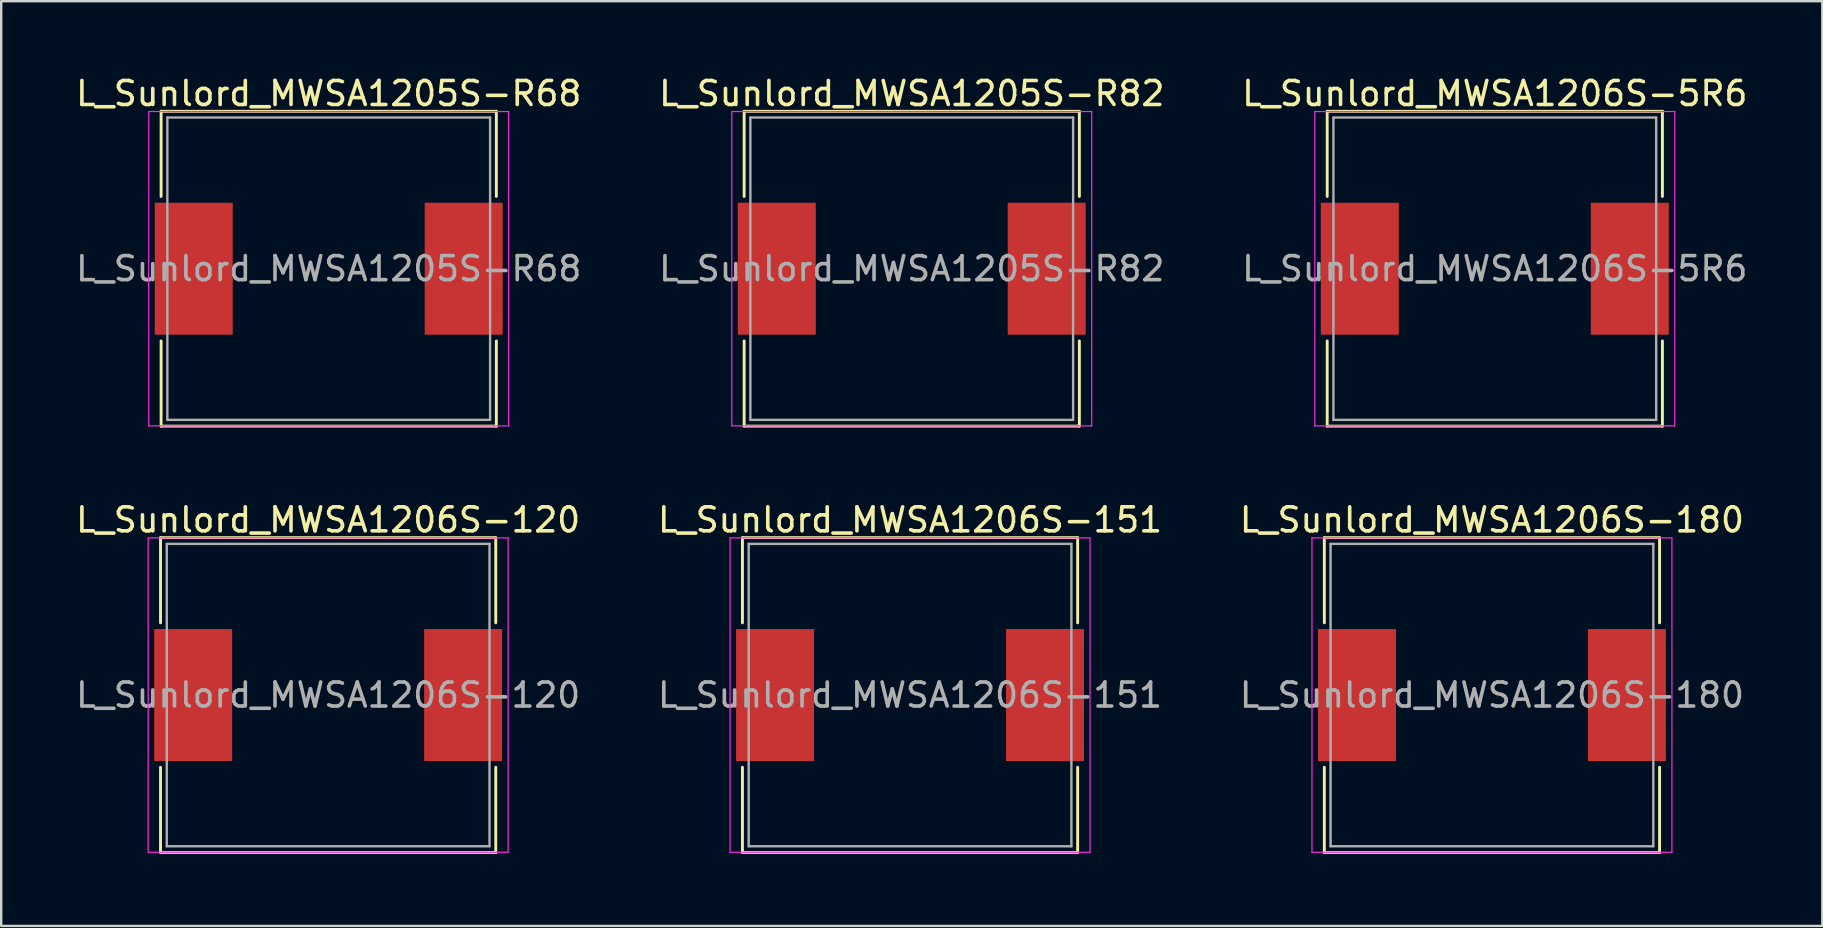
<source format=kicad_pcb>
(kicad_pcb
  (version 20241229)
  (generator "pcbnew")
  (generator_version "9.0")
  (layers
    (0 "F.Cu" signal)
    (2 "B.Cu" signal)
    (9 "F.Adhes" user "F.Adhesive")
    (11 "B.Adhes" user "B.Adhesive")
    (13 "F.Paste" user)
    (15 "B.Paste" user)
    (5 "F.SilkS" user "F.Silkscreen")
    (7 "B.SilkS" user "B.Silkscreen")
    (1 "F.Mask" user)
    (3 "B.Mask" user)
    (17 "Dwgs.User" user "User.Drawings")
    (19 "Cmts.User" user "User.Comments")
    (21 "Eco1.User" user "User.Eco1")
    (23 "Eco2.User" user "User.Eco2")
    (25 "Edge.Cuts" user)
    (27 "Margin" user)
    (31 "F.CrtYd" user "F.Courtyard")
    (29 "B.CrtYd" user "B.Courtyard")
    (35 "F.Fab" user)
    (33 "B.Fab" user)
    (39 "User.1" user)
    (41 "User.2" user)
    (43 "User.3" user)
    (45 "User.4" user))
  (footprint "L_Sunlord_MWSA1206S-120"
    (layer "F.Cu")
    (at 10.625 25.916)
    (property "Reference" "L_Sunlord_MWSA1206S-120" (at 0 -7.3 0) (layer "F.SilkS") (effects (font (size 1 1) (thickness 0.15))))
    (attr smd)
    (fp_line (start -6.985 -6.56) (end -6.985 -3.01) (stroke (width 0.12) (type solid)) (layer "F.SilkS"))
    (fp_line (start -6.985 -6.56) (end 6.985 -6.56) (stroke (width 0.12) (type solid)) (layer "F.SilkS"))
    (fp_line (start -6.985 6.56) (end -6.985 3.01) (stroke (width 0.12) (type solid)) (layer "F.SilkS"))
    (fp_line (start -6.985 6.56) (end 6.985 6.56) (stroke (width 0.12) (type solid)) (layer "F.SilkS"))
    (fp_line (start 6.985 -6.56) (end 6.985 -3.01) (stroke (width 0.12) (type solid)) (layer "F.SilkS"))
    (fp_line (start 6.985 6.56) (end 6.985 3.01) (stroke (width 0.12) (type solid)) (layer "F.SilkS"))
    (fp_line (start -7.5 -6.55) (end -7.5 6.55) (stroke (width 0.05) (type solid)) (layer "F.CrtYd"))
    (fp_line (start -7.5 6.55) (end 7.5 6.55) (stroke (width 0.05) (type solid)) (layer "F.CrtYd"))
    (fp_line (start 7.5 -6.55) (end -7.5 -6.55) (stroke (width 0.05) (type solid)) (layer "F.CrtYd"))
    (fp_line (start 7.5 6.55) (end 7.5 -6.55) (stroke (width 0.05) (type solid)) (layer "F.CrtYd"))
    (fp_line (start -6.725 -6.3) (end -6.725 6.3) (stroke (width 0.1) (type solid)) (layer "F.Fab"))
    (fp_line (start -6.725 6.3) (end 6.725 6.3) (stroke (width 0.1) (type solid)) (layer "F.Fab"))
    (fp_line (start 6.725 -6.3) (end -6.725 -6.3) (stroke (width 0.1) (type solid)) (layer "F.Fab"))
    (fp_line (start 6.725 6.3) (end 6.725 -6.3) (stroke (width 0.1) (type solid)) (layer "F.Fab"))
    (fp_text user "${REFERENCE}" (at 0 0 0) (layer "F.Fab") (effects (font (size 1 1) (thickness 0.15))))
    (pad "1" smd rect (at -5.625 0) (size 3.25 5.5) (layers "F.Cu" "F.Mask" "F.Paste"))
    (pad "2" smd rect (at 5.625 0) (size 3.25 5.5) (layers "F.Cu" "F.Mask" "F.Paste")))
  (footprint "L_Sunlord_MWSA1206S-180"
    (layer "F.Cu")
    (at 59.125 25.916)
    (property "Reference" "L_Sunlord_MWSA1206S-180" (at 0 -7.3 0) (layer "F.SilkS") (effects (font (size 1 1) (thickness 0.15))))
    (attr smd)
    (fp_line (start -6.985 -6.56) (end -6.985 -3.01) (stroke (width 0.12) (type solid)) (layer "F.SilkS"))
    (fp_line (start -6.985 -6.56) (end 6.985 -6.56) (stroke (width 0.12) (type solid)) (layer "F.SilkS"))
    (fp_line (start -6.985 6.56) (end -6.985 3.01) (stroke (width 0.12) (type solid)) (layer "F.SilkS"))
    (fp_line (start -6.985 6.56) (end 6.985 6.56) (stroke (width 0.12) (type solid)) (layer "F.SilkS"))
    (fp_line (start 6.985 -6.56) (end 6.985 -3.01) (stroke (width 0.12) (type solid)) (layer "F.SilkS"))
    (fp_line (start 6.985 6.56) (end 6.985 3.01) (stroke (width 0.12) (type solid)) (layer "F.SilkS"))
    (fp_line (start -7.5 -6.55) (end -7.5 6.55) (stroke (width 0.05) (type solid)) (layer "F.CrtYd"))
    (fp_line (start -7.5 6.55) (end 7.5 6.55) (stroke (width 0.05) (type solid)) (layer "F.CrtYd"))
    (fp_line (start 7.5 -6.55) (end -7.5 -6.55) (stroke (width 0.05) (type solid)) (layer "F.CrtYd"))
    (fp_line (start 7.5 6.55) (end 7.5 -6.55) (stroke (width 0.05) (type solid)) (layer "F.CrtYd"))
    (fp_line (start -6.725 -6.3) (end -6.725 6.3) (stroke (width 0.1) (type solid)) (layer "F.Fab"))
    (fp_line (start -6.725 6.3) (end 6.725 6.3) (stroke (width 0.1) (type solid)) (layer "F.Fab"))
    (fp_line (start 6.725 -6.3) (end -6.725 -6.3) (stroke (width 0.1) (type solid)) (layer "F.Fab"))
    (fp_line (start 6.725 6.3) (end 6.725 -6.3) (stroke (width 0.1) (type solid)) (layer "F.Fab"))
    (fp_text user "${REFERENCE}" (at 0 0 0) (layer "F.Fab") (effects (font (size 1 1) (thickness 0.15))))
    (pad "1" smd rect (at -5.625 0) (size 3.25 5.5) (layers "F.Cu" "F.Mask" "F.Paste"))
    (pad "2" smd rect (at 5.625 0) (size 3.25 5.5) (layers "F.Cu" "F.Mask" "F.Paste")))
  (footprint "L_Sunlord_MWSA1206S-5R6"
    (layer "F.Cu")
    (at 59.244 8.148)
    (property "Reference" "L_Sunlord_MWSA1206S-5R6" (at 0 -7.3 0) (layer "F.SilkS") (effects (font (size 1 1) (thickness 0.15))))
    (attr smd)
    (fp_line (start -6.985 -6.56) (end -6.985 -3.01) (stroke (width 0.12) (type solid)) (layer "F.SilkS"))
    (fp_line (start -6.985 -6.56) (end 6.985 -6.56) (stroke (width 0.12) (type solid)) (layer "F.SilkS"))
    (fp_line (start -6.985 6.56) (end -6.985 3.01) (stroke (width 0.12) (type solid)) (layer "F.SilkS"))
    (fp_line (start -6.985 6.56) (end 6.985 6.56) (stroke (width 0.12) (type solid)) (layer "F.SilkS"))
    (fp_line (start 6.985 -6.56) (end 6.985 -3.01) (stroke (width 0.12) (type solid)) (layer "F.SilkS"))
    (fp_line (start 6.985 6.56) (end 6.985 3.01) (stroke (width 0.12) (type solid)) (layer "F.SilkS"))
    (fp_line (start -7.5 -6.55) (end -7.5 6.55) (stroke (width 0.05) (type solid)) (layer "F.CrtYd"))
    (fp_line (start -7.5 6.55) (end 7.5 6.55) (stroke (width 0.05) (type solid)) (layer "F.CrtYd"))
    (fp_line (start 7.5 -6.55) (end -7.5 -6.55) (stroke (width 0.05) (type solid)) (layer "F.CrtYd"))
    (fp_line (start 7.5 6.55) (end 7.5 -6.55) (stroke (width 0.05) (type solid)) (layer "F.CrtYd"))
    (fp_line (start -6.725 -6.3) (end -6.725 6.3) (stroke (width 0.1) (type solid)) (layer "F.Fab"))
    (fp_line (start -6.725 6.3) (end 6.725 6.3) (stroke (width 0.1) (type solid)) (layer "F.Fab"))
    (fp_line (start 6.725 -6.3) (end -6.725 -6.3) (stroke (width 0.1) (type solid)) (layer "F.Fab"))
    (fp_line (start 6.725 6.3) (end 6.725 -6.3) (stroke (width 0.1) (type solid)) (layer "F.Fab"))
    (fp_text user "${REFERENCE}" (at 0 0 0) (layer "F.Fab") (effects (font (size 1 1) (thickness 0.15))))
    (pad "1" smd rect (at -5.625 0) (size 3.25 5.5) (layers "F.Cu" "F.Mask" "F.Paste"))
    (pad "2" smd rect (at 5.625 0) (size 3.25 5.5) (layers "F.Cu" "F.Mask" "F.Paste")))
  (footprint "L_Sunlord_MWSA1205S-R68"
    (layer "F.Cu")
    (at 10.649 8.148)
    (property "Reference" "L_Sunlord_MWSA1205S-R68" (at 0 -7.3 0) (layer "F.SilkS") (effects (font (size 1 1) (thickness 0.15))))
    (attr smd)
    (fp_line (start -6.985 -6.56) (end -6.985 -3.01) (stroke (width 0.12) (type solid)) (layer "F.SilkS"))
    (fp_line (start -6.985 -6.56) (end 6.985 -6.56) (stroke (width 0.12) (type solid)) (layer "F.SilkS"))
    (fp_line (start -6.985 6.56) (end -6.985 3.01) (stroke (width 0.12) (type solid)) (layer "F.SilkS"))
    (fp_line (start -6.985 6.56) (end 6.985 6.56) (stroke (width 0.12) (type solid)) (layer "F.SilkS"))
    (fp_line (start 6.985 -6.56) (end 6.985 -3.01) (stroke (width 0.12) (type solid)) (layer "F.SilkS"))
    (fp_line (start 6.985 6.56) (end 6.985 3.01) (stroke (width 0.12) (type solid)) (layer "F.SilkS"))
    (fp_line (start -7.5 -6.55) (end -7.5 6.55) (stroke (width 0.05) (type solid)) (layer "F.CrtYd"))
    (fp_line (start -7.5 6.55) (end 7.5 6.55) (stroke (width 0.05) (type solid)) (layer "F.CrtYd"))
    (fp_line (start 7.5 -6.55) (end -7.5 -6.55) (stroke (width 0.05) (type solid)) (layer "F.CrtYd"))
    (fp_line (start 7.5 6.55) (end 7.5 -6.55) (stroke (width 0.05) (type solid)) (layer "F.CrtYd"))
    (fp_line (start -6.725 -6.3) (end -6.725 6.3) (stroke (width 0.1) (type solid)) (layer "F.Fab"))
    (fp_line (start -6.725 6.3) (end 6.725 6.3) (stroke (width 0.1) (type solid)) (layer "F.Fab"))
    (fp_line (start 6.725 -6.3) (end -6.725 -6.3) (stroke (width 0.1) (type solid)) (layer "F.Fab"))
    (fp_line (start 6.725 6.3) (end 6.725 -6.3) (stroke (width 0.1) (type solid)) (layer "F.Fab"))
    (fp_text user "${REFERENCE}" (at 0 0 0) (layer "F.Fab") (effects (font (size 1 1) (thickness 0.15))))
    (pad "1" smd rect (at -5.625 0) (size 3.25 5.5) (layers "F.Cu" "F.Mask" "F.Paste"))
    (pad "2" smd rect (at 5.625 0) (size 3.25 5.5) (layers "F.Cu" "F.Mask" "F.Paste")))
  (footprint "L_Sunlord_MWSA1205S-R82"
    (layer "F.Cu")
    (at 34.946 8.148)
    (property "Reference" "L_Sunlord_MWSA1205S-R82" (at 0 -7.3 0) (layer "F.SilkS") (effects (font (size 1 1) (thickness 0.15))))
    (attr smd)
    (fp_line (start -6.985 -6.56) (end -6.985 -3.01) (stroke (width 0.12) (type solid)) (layer "F.SilkS"))
    (fp_line (start -6.985 -6.56) (end 6.985 -6.56) (stroke (width 0.12) (type solid)) (layer "F.SilkS"))
    (fp_line (start -6.985 6.56) (end -6.985 3.01) (stroke (width 0.12) (type solid)) (layer "F.SilkS"))
    (fp_line (start -6.985 6.56) (end 6.985 6.56) (stroke (width 0.12) (type solid)) (layer "F.SilkS"))
    (fp_line (start 6.985 -6.56) (end 6.985 -3.01) (stroke (width 0.12) (type solid)) (layer "F.SilkS"))
    (fp_line (start 6.985 6.56) (end 6.985 3.01) (stroke (width 0.12) (type solid)) (layer "F.SilkS"))
    (fp_line (start -7.5 -6.55) (end -7.5 6.55) (stroke (width 0.05) (type solid)) (layer "F.CrtYd"))
    (fp_line (start -7.5 6.55) (end 7.5 6.55) (stroke (width 0.05) (type solid)) (layer "F.CrtYd"))
    (fp_line (start 7.5 -6.55) (end -7.5 -6.55) (stroke (width 0.05) (type solid)) (layer "F.CrtYd"))
    (fp_line (start 7.5 6.55) (end 7.5 -6.55) (stroke (width 0.05) (type solid)) (layer "F.CrtYd"))
    (fp_line (start -6.725 -6.3) (end -6.725 6.3) (stroke (width 0.1) (type solid)) (layer "F.Fab"))
    (fp_line (start -6.725 6.3) (end 6.725 6.3) (stroke (width 0.1) (type solid)) (layer "F.Fab"))
    (fp_line (start 6.725 -6.3) (end -6.725 -6.3) (stroke (width 0.1) (type solid)) (layer "F.Fab"))
    (fp_line (start 6.725 6.3) (end 6.725 -6.3) (stroke (width 0.1) (type solid)) (layer "F.Fab"))
    (fp_text user "${REFERENCE}" (at 0 0 0) (layer "F.Fab") (effects (font (size 1 1) (thickness 0.15))))
    (pad "1" smd rect (at -5.625 0) (size 3.25 5.5) (layers "F.Cu" "F.Mask" "F.Paste"))
    (pad "2" smd rect (at 5.625 0) (size 3.25 5.5) (layers "F.Cu" "F.Mask" "F.Paste")))
  (footprint "L_Sunlord_MWSA1206S-151"
    (layer "F.Cu")
    (at 34.875 25.916)
    (property "Reference" "L_Sunlord_MWSA1206S-151" (at 0 -7.3 0) (layer "F.SilkS") (effects (font (size 1 1) (thickness 0.15))))
    (attr smd)
    (fp_line (start -6.985 -6.56) (end -6.985 -3.01) (stroke (width 0.12) (type solid)) (layer "F.SilkS"))
    (fp_line (start -6.985 -6.56) (end 6.985 -6.56) (stroke (width 0.12) (type solid)) (layer "F.SilkS"))
    (fp_line (start -6.985 6.56) (end -6.985 3.01) (stroke (width 0.12) (type solid)) (layer "F.SilkS"))
    (fp_line (start -6.985 6.56) (end 6.985 6.56) (stroke (width 0.12) (type solid)) (layer "F.SilkS"))
    (fp_line (start 6.985 -6.56) (end 6.985 -3.01) (stroke (width 0.12) (type solid)) (layer "F.SilkS"))
    (fp_line (start 6.985 6.56) (end 6.985 3.01) (stroke (width 0.12) (type solid)) (layer "F.SilkS"))
    (fp_line (start -7.5 -6.55) (end -7.5 6.55) (stroke (width 0.05) (type solid)) (layer "F.CrtYd"))
    (fp_line (start -7.5 6.55) (end 7.5 6.55) (stroke (width 0.05) (type solid)) (layer "F.CrtYd"))
    (fp_line (start 7.5 -6.55) (end -7.5 -6.55) (stroke (width 0.05) (type solid)) (layer "F.CrtYd"))
    (fp_line (start 7.5 6.55) (end 7.5 -6.55) (stroke (width 0.05) (type solid)) (layer "F.CrtYd"))
    (fp_line (start -6.725 -6.3) (end -6.725 6.3) (stroke (width 0.1) (type solid)) (layer "F.Fab"))
    (fp_line (start -6.725 6.3) (end 6.725 6.3) (stroke (width 0.1) (type solid)) (layer "F.Fab"))
    (fp_line (start 6.725 -6.3) (end -6.725 -6.3) (stroke (width 0.1) (type solid)) (layer "F.Fab"))
    (fp_line (start 6.725 6.3) (end 6.725 -6.3) (stroke (width 0.1) (type solid)) (layer "F.Fab"))
    (fp_text user "${REFERENCE}" (at 0 0 0) (layer "F.Fab") (effects (font (size 1 1) (thickness 0.15))))
    (pad "1" smd rect (at -5.625 0) (size 3.25 5.5) (layers "F.Cu" "F.Mask" "F.Paste"))
    (pad "2" smd rect (at 5.625 0) (size 3.25 5.5) (layers "F.Cu" "F.Mask" "F.Paste")))
  (gr_rect
    (start -3 -3)
    (end 72.893 35.536)
    (stroke (width 0.1) (type default))
    (fill no)
    (layer "Edge.Cuts")))
</source>
